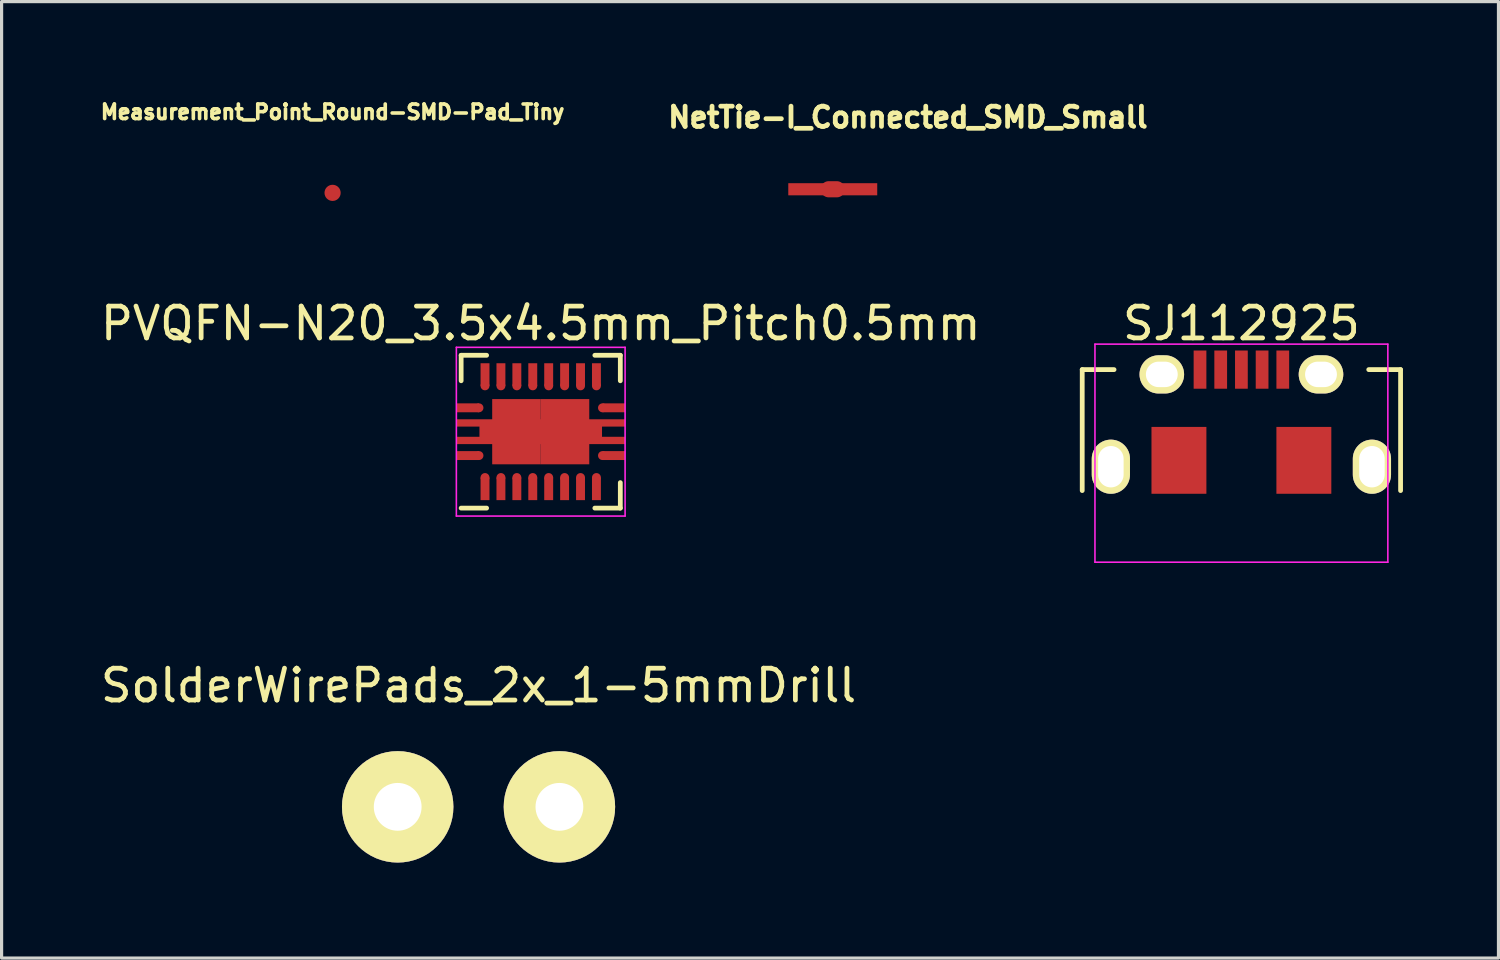
<source format=kicad_pcb>
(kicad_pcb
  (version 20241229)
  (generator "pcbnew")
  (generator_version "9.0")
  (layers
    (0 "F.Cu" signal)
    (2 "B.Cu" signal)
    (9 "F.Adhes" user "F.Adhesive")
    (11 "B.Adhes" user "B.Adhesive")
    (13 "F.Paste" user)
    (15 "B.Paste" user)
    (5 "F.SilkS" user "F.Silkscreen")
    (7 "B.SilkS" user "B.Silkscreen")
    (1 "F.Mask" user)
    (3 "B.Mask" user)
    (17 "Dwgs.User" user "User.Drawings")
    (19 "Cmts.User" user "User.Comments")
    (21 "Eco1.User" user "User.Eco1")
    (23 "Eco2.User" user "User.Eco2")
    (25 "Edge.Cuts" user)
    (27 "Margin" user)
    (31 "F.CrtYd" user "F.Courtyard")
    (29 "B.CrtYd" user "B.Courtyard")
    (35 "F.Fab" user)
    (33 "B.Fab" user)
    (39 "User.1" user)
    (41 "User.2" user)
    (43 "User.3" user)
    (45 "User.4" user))
  (footprint "NetTie-I_Connected_SMD_Small"
    (layer "F.Cu")
    (at 23.108 2.895)
    (property "Reference" "NetTie-I_Connected_SMD_Small" (at 2.362 -2.261 0) (layer "F.SilkS") (effects (font (size 0.635 0.635) (thickness 0.15))))
    (attr through_hole)
    (fp_line (start -0.127 0) (end 0.127 0) (stroke (width 0.508) (type solid)) (layer "F.Cu"))
    (pad "1" smd rect (at -0.762 0) (size 1.27 0.381) (layers "F.Cu" "F.Mask" "F.Paste"))
    (pad "2" smd rect (at 0.762 0) (size 1.27 0.381) (layers "F.Cu" "F.Mask" "F.Paste")))
  (footprint "PVQFN-N20_3.5x4.5mm_Pitch0.5mm"
    (layer "F.Cu")
    (at 13.935 10.51)
    (property "Reference" "PVQFN-N20_3.5x4.5mm_Pitch0.5mm" (at 0 -3.4 0) (layer "F.SilkS") (effects (font (size 1 1) (thickness 0.15))))
    (attr smd)
    (fp_line (start -2.5 -2.4) (end -2.5 -1.6) (stroke (width 0.15) (type solid)) (layer "F.SilkS"))
    (fp_line (start -2.5 -2.4) (end -1.7 -2.4) (stroke (width 0.15) (type solid)) (layer "F.SilkS"))
    (fp_line (start -2.5 2.4) (end -1.7 2.4) (stroke (width 0.15) (type solid)) (layer "F.SilkS"))
    (fp_line (start 2.5 -2.4) (end 1.7 -2.4) (stroke (width 0.15) (type solid)) (layer "F.SilkS"))
    (fp_line (start 2.5 -2.4) (end 2.5 -1.6) (stroke (width 0.15) (type solid)) (layer "F.SilkS"))
    (fp_line (start 2.5 2.4) (end 1.7 2.4) (stroke (width 0.15) (type solid)) (layer "F.SilkS"))
    (fp_line (start 2.5 2.4) (end 2.5 1.6) (stroke (width 0.15) (type solid)) (layer "F.SilkS"))
    (fp_line (start -2.65 -2.65) (end -2.65 2.65) (stroke (width 0.05) (type solid)) (layer "F.CrtYd"))
    (fp_line (start -2.65 -2.65) (end 2.65 -2.65) (stroke (width 0.05) (type solid)) (layer "F.CrtYd"))
    (fp_line (start -2.65 2.65) (end 2.65 2.65) (stroke (width 0.05) (type solid)) (layer "F.CrtYd"))
    (fp_line (start 2.65 -2.65) (end 2.65 2.65) (stroke (width 0.05) (type solid)) (layer "F.CrtYd"))
    (pad "1" smd rect (at -2.65 0.75) (size 0.71 0.28) (drill (offset 0.355 0)) (layers "F.Cu" "F.Mask" "F.Paste"))
    (pad "1" smd circle (at -1.94 0.75) (size 0.28 0.28) (layers "F.Cu" "F.Mask" "F.Paste"))
    (pad "2" smd circle (at -1.75 1.44) (size 0.28 0.28) (layers "F.Cu" "F.Mask" "F.Paste"))
    (pad "2" smd rect (at -1.75 2.15 90) (size 0.71 0.28) (drill (offset 0.355 0)) (layers "F.Cu" "F.Mask" "F.Paste"))
    (pad "3" smd circle (at -1.25 1.44) (size 0.28 0.28) (layers "F.Cu" "F.Mask" "F.Paste"))
    (pad "3" smd rect (at -1.25 2.15 90) (size 0.71 0.28) (drill (offset 0.355 0)) (layers "F.Cu" "F.Mask" "F.Paste"))
    (pad "4" smd circle (at -0.75 1.44) (size 0.28 0.28) (layers "F.Cu" "F.Mask" "F.Paste"))
    (pad "4" smd rect (at -0.75 2.15 90) (size 0.71 0.28) (drill (offset 0.355 0)) (layers "F.Cu" "F.Mask" "F.Paste"))
    (pad "5" smd circle (at -0.25 1.44) (size 0.28 0.28) (layers "F.Cu" "F.Mask" "F.Paste"))
    (pad "5" smd rect (at -0.25 2.15 90) (size 0.71 0.28) (drill (offset 0.355 0)) (layers "F.Cu" "F.Mask" "F.Paste"))
    (pad "6" smd circle (at 0.25 1.44) (size 0.28 0.28) (layers "F.Cu" "F.Mask" "F.Paste"))
    (pad "6" smd rect (at 0.25 2.15 90) (size 0.71 0.28) (drill (offset 0.355 0)) (layers "F.Cu" "F.Mask" "F.Paste"))
    (pad "7" smd circle (at 0.75 1.44) (size 0.28 0.28) (layers "F.Cu" "F.Mask" "F.Paste"))
    (pad "7" smd rect (at 0.75 2.15 90) (size 0.71 0.28) (drill (offset 0.355 0)) (layers "F.Cu" "F.Mask" "F.Paste"))
    (pad "8" smd circle (at 1.25 1.44) (size 0.28 0.28) (layers "F.Cu" "F.Mask" "F.Paste"))
    (pad "8" smd rect (at 1.25 2.15 90) (size 0.71 0.28) (drill (offset 0.355 0)) (layers "F.Cu" "F.Mask" "F.Paste"))
    (pad "9" smd circle (at 1.75 1.44) (size 0.28 0.28) (layers "F.Cu" "F.Mask" "F.Paste"))
    (pad "9" smd rect (at 1.75 2.15 90) (size 0.71 0.28) (drill (offset 0.355 0)) (layers "F.Cu" "F.Mask" "F.Paste"))
    (pad "10" smd circle (at 1.94 0.75) (size 0.28 0.28) (layers "F.Cu" "F.Mask" "F.Paste"))
    (pad "10" smd rect (at 2.65 0.75) (size 0.71 0.28) (drill (offset -0.355 0)) (layers "F.Cu" "F.Mask" "F.Paste"))
    (pad "11" smd circle (at 1.94 -0.75) (size 0.28 0.28) (layers "F.Cu" "F.Mask" "F.Paste"))
    (pad "11" smd rect (at 2.65 -0.75) (size 0.71 0.28) (drill (offset -0.355 0)) (layers "F.Cu" "F.Mask" "F.Paste"))
    (pad "12" smd rect (at 1.75 -2.15 90) (size 0.71 0.28) (drill (offset -0.355 0)) (layers "F.Cu" "F.Mask" "F.Paste"))
    (pad "12" smd circle (at 1.75 -1.44) (size 0.28 0.28) (layers "F.Cu" "F.Mask" "F.Paste"))
    (pad "13" smd rect (at 1.25 -2.15 90) (size 0.71 0.28) (drill (offset -0.355 0)) (layers "F.Cu" "F.Mask" "F.Paste"))
    (pad "13" smd circle (at 1.25 -1.44) (size 0.28 0.28) (layers "F.Cu" "F.Mask" "F.Paste"))
    (pad "14" smd rect (at 0.75 -2.15 90) (size 0.71 0.28) (drill (offset -0.355 0)) (layers "F.Cu" "F.Mask" "F.Paste"))
    (pad "14" smd circle (at 0.75 -1.44) (size 0.28 0.28) (layers "F.Cu" "F.Mask" "F.Paste"))
    (pad "15" smd rect (at 0.25 -2.15 90) (size 0.71 0.28) (drill (offset -0.355 0)) (layers "F.Cu" "F.Mask" "F.Paste"))
    (pad "15" smd circle (at 0.25 -1.44) (size 0.28 0.28) (layers "F.Cu" "F.Mask" "F.Paste"))
    (pad "16" smd rect (at -0.25 -2.15 90) (size 0.71 0.28) (drill (offset -0.355 0)) (layers "F.Cu" "F.Mask" "F.Paste"))
    (pad "16" smd circle (at -0.25 -1.44) (size 0.28 0.28) (layers "F.Cu" "F.Mask" "F.Paste"))
    (pad "17" smd rect (at -0.75 -2.15 90) (size 0.71 0.28) (drill (offset -0.355 0)) (layers "F.Cu" "F.Mask" "F.Paste"))
    (pad "17" smd circle (at -0.75 -1.44) (size 0.28 0.28) (layers "F.Cu" "F.Mask" "F.Paste"))
    (pad "18" smd rect (at -1.25 -2.15 90) (size 0.71 0.28) (drill (offset -0.355 0)) (layers "F.Cu" "F.Mask" "F.Paste"))
    (pad "18" smd circle (at -1.25 -1.44) (size 0.28 0.28) (layers "F.Cu" "F.Mask" "F.Paste"))
    (pad "19" smd rect (at -1.75 -2.15 90) (size 0.71 0.28) (drill (offset -0.355 0)) (layers "F.Cu" "F.Mask" "F.Paste"))
    (pad "19" smd circle (at -1.75 -1.44) (size 0.28 0.28) (layers "F.Cu" "F.Mask" "F.Paste"))
    (pad "20" smd rect (at -2.65 -0.75) (size 0.71 0.28) (drill (offset 0.355 0)) (layers "F.Cu" "F.Mask" "F.Paste"))
    (pad "20" smd circle (at -1.94 -0.75) (size 0.28 0.28) (layers "F.Cu" "F.Mask" "F.Paste"))
    (pad "21" smd rect (at -0.762 -0.512) (size 1.525 1.025) (layers "F.Cu" "F.Mask" "F.Paste"))
    (pad "21" smd rect (at -0.762 0.512) (size 1.525 1.025) (layers "F.Cu" "F.Mask" "F.Paste"))
    (pad "21" smd rect (at 0 -0.275) (size 5.3 0.23) (layers "F.Cu" "F.Mask" "F.Paste"))
    (pad "21" smd rect (at 0 0) (size 3.85 0.55) (layers "F.Cu" "F.Mask" "F.Paste"))
    (pad "21" smd rect (at 0 0.275) (size 5.3 0.23) (layers "F.Cu" "F.Mask" "F.Paste"))
    (pad "21" smd rect (at 0.762 -0.512) (size 1.525 1.025) (layers "F.Cu" "F.Mask" "F.Paste"))
    (pad "21" smd rect (at 0.762 0.512) (size 1.525 1.025) (layers "F.Cu" "F.Mask" "F.Paste")))
  (footprint "SJ112925"
    (layer "F.Cu")
    (at 35.944 12.86)
    (property "Reference" "SJ112925" (at 0 -5.75 0) (layer "F.SilkS") (effects (font (size 1 1) (thickness 0.15))))
    (attr smd)
    (fp_line (start -5 -4.3) (end -4 -4.3) (stroke (width 0.15) (type solid)) (layer "F.SilkS"))
    (fp_line (start -5 -0.5) (end -5 -4.3) (stroke (width 0.15) (type solid)) (layer "F.SilkS"))
    (fp_line (start 5 -4.3) (end 4 -4.3) (stroke (width 0.15) (type solid)) (layer "F.SilkS"))
    (fp_line (start 5 -4.3) (end 5 -0.5) (stroke (width 0.15) (type solid)) (layer "F.SilkS"))
    (fp_line (start -4.6 -5.1) (end 4.6 -5.1) (stroke (width 0.05) (type solid)) (layer "F.CrtYd"))
    (fp_line (start -4.6 1.75) (end -4.6 -5.1) (stroke (width 0.05) (type solid)) (layer "F.CrtYd"))
    (fp_line (start 4.6 -5.1) (end 4.6 1.75) (stroke (width 0.05) (type solid)) (layer "F.CrtYd"))
    (fp_line (start 4.6 1.75) (end -4.6 1.75) (stroke (width 0.05) (type solid)) (layer "F.CrtYd"))
    (pad "" smd rect (at -1.962 -1.45) (size 1.725 2.1) (layers "F.Cu" "F.Mask" "F.Paste"))
    (pad "" smd rect (at 1.962 -1.45) (size 1.725 2.1) (layers "F.Cu" "F.Mask" "F.Paste"))
    (pad "1" smd rect (at -1.3 -4.3 90) (size 1.2 0.4) (layers "F.Cu" "F.Mask" "F.Paste"))
    (pad "2" smd rect (at -0.65 -4.3 90) (size 1.2 0.4) (layers "F.Cu" "F.Mask" "F.Paste"))
    (pad "3" smd rect (at 0 -4.3 90) (size 1.2 0.4) (layers "F.Cu" "F.Mask" "F.Paste"))
    (pad "4" smd rect (at 0.65 -4.3 90) (size 1.2 0.4) (layers "F.Cu" "F.Mask" "F.Paste"))
    (pad "5" smd rect (at 1.3 -4.3 90) (size 1.2 0.4) (layers "F.Cu" "F.Mask" "F.Paste"))
    (pad "6" thru_hole oval (at -2.5 -4.15 90) (size 1.2 1.4) (drill oval 0.8 1) (layers "*.Cu" "*.Mask" "F.SilkS"))
    (pad "7" thru_hole oval (at 2.5 -4.15 90) (size 1.2 1.4) (drill oval 0.8 1) (layers "*.Cu" "*.Mask" "F.SilkS"))
    (pad "8" thru_hole oval (at -4.1 -1.25 90) (size 1.7 1.2) (drill oval 1.3 0.8) (layers "*.Cu" "*.Mask" "F.SilkS"))
    (pad "9" thru_hole oval (at 4.1 -1.25 90) (size 1.7 1.2) (drill oval 1.3 0.8) (layers "*.Cu" "*.Mask" "F.SilkS")))
  (footprint "SolderWirePads_2x_1-5mmDrill"
    (layer "F.Cu")
    (at 11.982 22.294)
    (property "Reference" "SolderWirePads_2x_1-5mmDrill" (at 0 -3.81 0) (layer "F.SilkS") (effects (font (size 1 1) (thickness 0.15))))
    (attr through_hole)
    (pad "1" thru_hole circle (at -2.54 0) (size 3.5 3.5) (drill 1.501) (layers "*.Cu" "*.Mask" "F.SilkS"))
    (pad "2" thru_hole circle (at 2.54 0) (size 3.5 3.5) (drill 1.501) (layers "*.Cu" "*.Mask" "F.SilkS")))
  (footprint "Measurement_Point_Round-SMD-Pad_Tiny"
    (placed yes)
    (layer "F.Cu")
    (at 7.397 3.008)
    (property "Reference" "Measurement_Point_Round-SMD-Pad_Tiny" (at 0 -2.54 0) (layer "F.SilkS") (effects (font (size 0.457 0.457) (thickness 0.114))))
    (attr through_hole)
    (pad "1" smd circle (at 0 0) (size 0.508 0.508) (layers "F.Cu" "F.Mask" "F.Paste")))
  (gr_rect
    (start -3 -3)
    (end 44.019 27.044)
    (stroke (width 0.1) (type default))
    (fill no)
    (layer "Edge.Cuts")))
</source>
